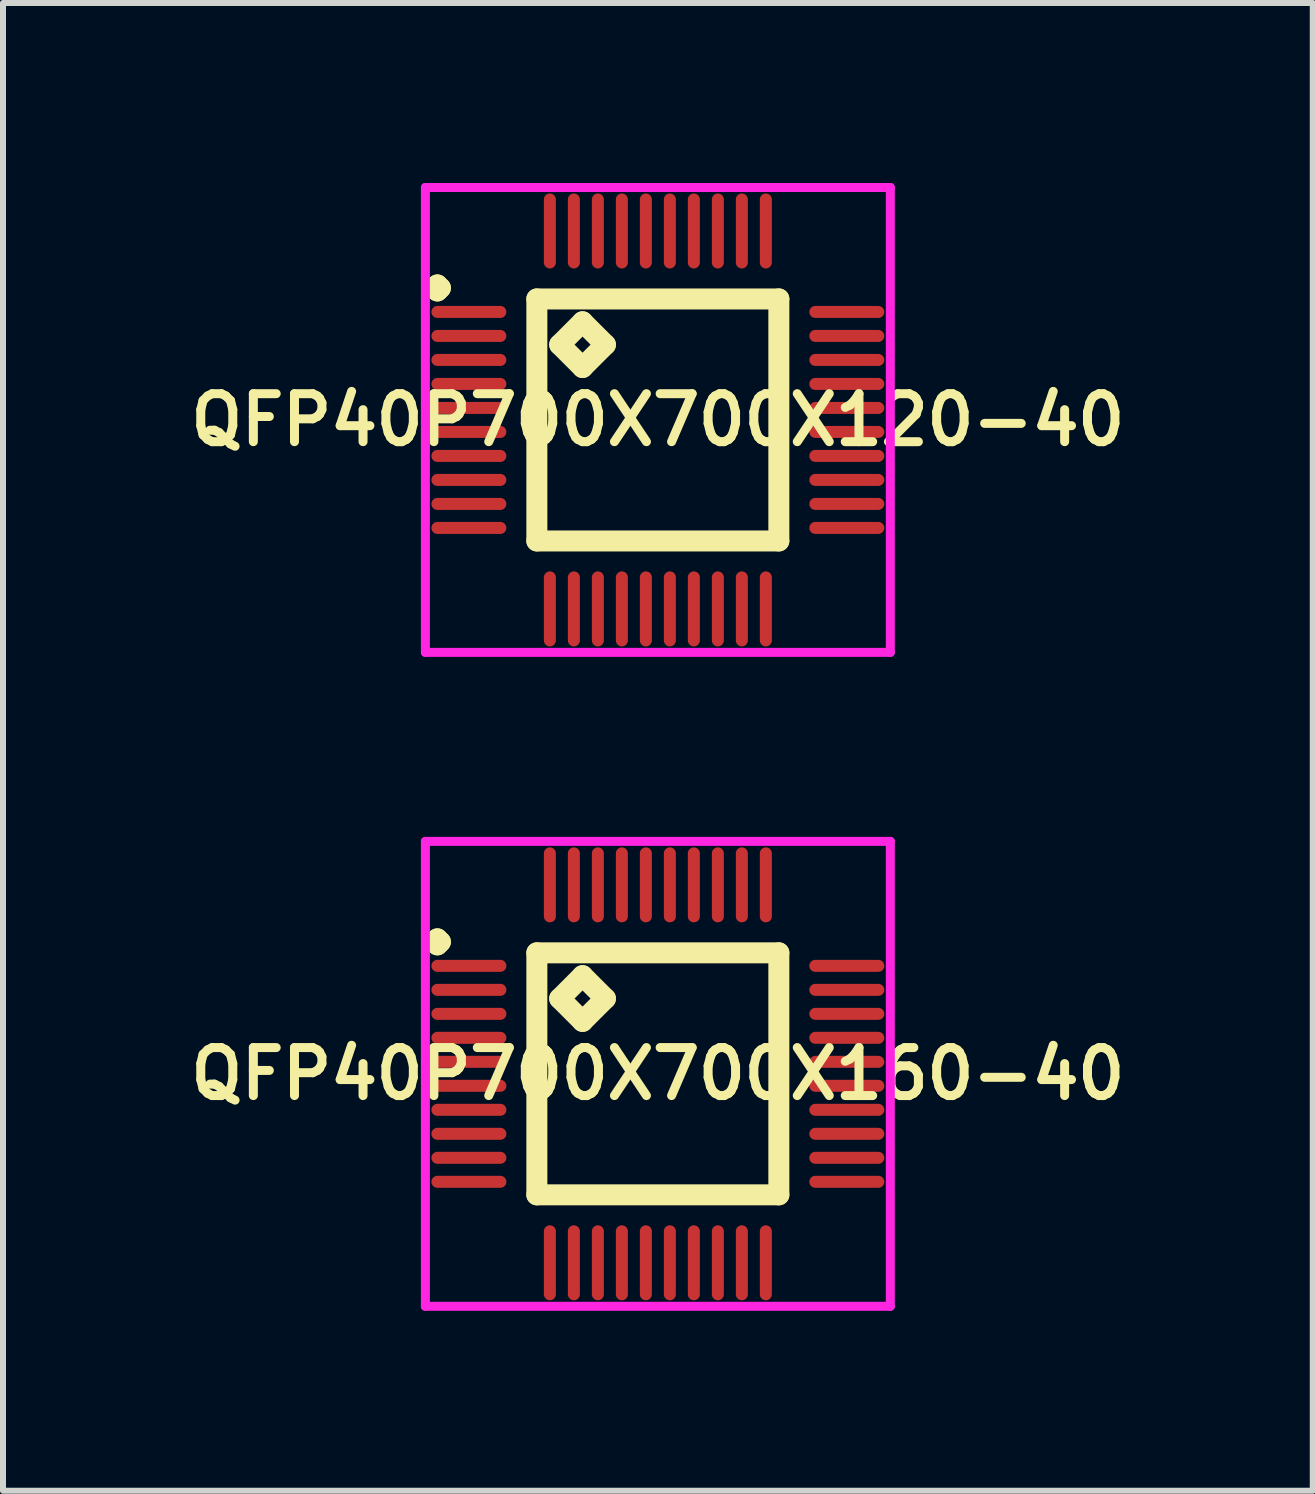
<source format=kicad_pcb>
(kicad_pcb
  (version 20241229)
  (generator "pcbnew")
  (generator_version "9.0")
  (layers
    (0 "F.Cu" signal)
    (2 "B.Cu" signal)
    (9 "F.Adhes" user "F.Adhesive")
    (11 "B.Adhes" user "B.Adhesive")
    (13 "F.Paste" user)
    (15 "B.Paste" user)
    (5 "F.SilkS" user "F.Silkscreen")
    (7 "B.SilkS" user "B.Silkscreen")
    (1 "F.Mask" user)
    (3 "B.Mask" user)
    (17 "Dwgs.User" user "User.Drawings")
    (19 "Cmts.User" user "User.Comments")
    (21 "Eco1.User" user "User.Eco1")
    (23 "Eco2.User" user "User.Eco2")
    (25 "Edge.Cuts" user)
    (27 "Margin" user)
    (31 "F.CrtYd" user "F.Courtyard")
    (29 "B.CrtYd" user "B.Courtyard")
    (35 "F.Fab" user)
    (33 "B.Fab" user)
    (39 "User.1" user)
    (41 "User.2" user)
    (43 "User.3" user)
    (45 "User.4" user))
  (footprint "QFP40P700X700X160-40"
    (layer "F.Cu")
    (at 7.916 14.85)
    (property "Reference" "QFP40P700X700X160-40" (at 0 0 0) (layer "F.SilkS") (effects (font (size 0.8 0.8) (thickness 0.15))))
    (attr smd)
    (fp_line (start -3.725 -2.2) (end -3.675 -2.25) (stroke (width 0.35) (type solid)) (layer "F.SilkS"))
    (fp_line (start -3.675 -2.25) (end -3.625 -2.2) (stroke (width 0.35) (type solid)) (layer "F.SilkS"))
    (fp_line (start -3.675 -2.15) (end -3.725 -2.2) (stroke (width 0.35) (type solid)) (layer "F.SilkS"))
    (fp_line (start -3.625 -2.2) (end -3.675 -2.15) (stroke (width 0.35) (type solid)) (layer "F.SilkS"))
    (fp_line (start -2.017 -2.017) (end -2.017 2.017) (stroke (width 0.35) (type solid)) (layer "F.SilkS"))
    (fp_line (start -2.017 2.017) (end 2.017 2.017) (stroke (width 0.35) (type solid)) (layer "F.SilkS"))
    (fp_line (start -1.636 -1.255) (end -1.255 -1.636) (stroke (width 0.35) (type solid)) (layer "F.SilkS"))
    (fp_line (start -1.255 -1.636) (end -0.874 -1.255) (stroke (width 0.35) (type solid)) (layer "F.SilkS"))
    (fp_line (start -1.255 -0.874) (end -1.636 -1.255) (stroke (width 0.35) (type solid)) (layer "F.SilkS"))
    (fp_line (start -0.874 -1.255) (end -1.255 -0.874) (stroke (width 0.35) (type solid)) (layer "F.SilkS"))
    (fp_line (start 2.017 -2.017) (end -2.017 -2.017) (stroke (width 0.35) (type solid)) (layer "F.SilkS"))
    (fp_line (start 2.017 2.017) (end 2.017 -2.017) (stroke (width 0.35) (type solid)) (layer "F.SilkS"))
    (fp_line (start -3.875 -3.875) (end 3.875 -3.875) (stroke (width 0.15) (type solid)) (layer "F.CrtYd"))
    (fp_line (start -3.875 3.875) (end -3.875 -3.875) (stroke (width 0.15) (type solid)) (layer "F.CrtYd"))
    (fp_line (start 3.875 -3.875) (end 3.875 3.875) (stroke (width 0.15) (type solid)) (layer "F.CrtYd"))
    (fp_line (start 3.875 3.875) (end -3.875 3.875) (stroke (width 0.15) (type solid)) (layer "F.CrtYd"))
    (pad "1" smd oval (at -3.15 -1.8) (size 1.25 0.2) (layers "F.Cu" "F.Mask" "F.Paste"))
    (pad "2" smd oval (at -3.15 -1.4) (size 1.25 0.2) (layers "F.Cu" "F.Mask" "F.Paste"))
    (pad "3" smd oval (at -3.15 -1) (size 1.25 0.2) (layers "F.Cu" "F.Mask" "F.Paste"))
    (pad "4" smd oval (at -3.15 -0.6) (size 1.25 0.2) (layers "F.Cu" "F.Mask" "F.Paste"))
    (pad "5" smd oval (at -3.15 -0.2) (size 1.25 0.2) (layers "F.Cu" "F.Mask" "F.Paste"))
    (pad "6" smd oval (at -3.15 0.2) (size 1.25 0.2) (layers "F.Cu" "F.Mask" "F.Paste"))
    (pad "7" smd oval (at -3.15 0.6) (size 1.25 0.2) (layers "F.Cu" "F.Mask" "F.Paste"))
    (pad "8" smd oval (at -3.15 1) (size 1.25 0.2) (layers "F.Cu" "F.Mask" "F.Paste"))
    (pad "9" smd oval (at -3.15 1.4) (size 1.25 0.2) (layers "F.Cu" "F.Mask" "F.Paste"))
    (pad "10" smd oval (at -3.15 1.8) (size 1.25 0.2) (layers "F.Cu" "F.Mask" "F.Paste"))
    (pad "11" smd oval (at -1.8 3.15) (size 0.2 1.25) (layers "F.Cu" "F.Mask" "F.Paste"))
    (pad "12" smd oval (at -1.4 3.15) (size 0.2 1.25) (layers "F.Cu" "F.Mask" "F.Paste"))
    (pad "13" smd oval (at -1 3.15) (size 0.2 1.25) (layers "F.Cu" "F.Mask" "F.Paste"))
    (pad "14" smd oval (at -0.6 3.15) (size 0.2 1.25) (layers "F.Cu" "F.Mask" "F.Paste"))
    (pad "15" smd oval (at -0.2 3.15) (size 0.2 1.25) (layers "F.Cu" "F.Mask" "F.Paste"))
    (pad "16" smd oval (at 0.2 3.15) (size 0.2 1.25) (layers "F.Cu" "F.Mask" "F.Paste"))
    (pad "17" smd oval (at 0.6 3.15) (size 0.2 1.25) (layers "F.Cu" "F.Mask" "F.Paste"))
    (pad "18" smd oval (at 1 3.15) (size 0.2 1.25) (layers "F.Cu" "F.Mask" "F.Paste"))
    (pad "19" smd oval (at 1.4 3.15) (size 0.2 1.25) (layers "F.Cu" "F.Mask" "F.Paste"))
    (pad "20" smd oval (at 1.8 3.15) (size 0.2 1.25) (layers "F.Cu" "F.Mask" "F.Paste"))
    (pad "21" smd oval (at 3.15 1.8) (size 1.25 0.2) (layers "F.Cu" "F.Mask" "F.Paste"))
    (pad "22" smd oval (at 3.15 1.4) (size 1.25 0.2) (layers "F.Cu" "F.Mask" "F.Paste"))
    (pad "23" smd oval (at 3.15 1) (size 1.25 0.2) (layers "F.Cu" "F.Mask" "F.Paste"))
    (pad "24" smd oval (at 3.15 0.6) (size 1.25 0.2) (layers "F.Cu" "F.Mask" "F.Paste"))
    (pad "25" smd oval (at 3.15 0.2) (size 1.25 0.2) (layers "F.Cu" "F.Mask" "F.Paste"))
    (pad "26" smd oval (at 3.15 -0.2) (size 1.25 0.2) (layers "F.Cu" "F.Mask" "F.Paste"))
    (pad "27" smd oval (at 3.15 -0.6) (size 1.25 0.2) (layers "F.Cu" "F.Mask" "F.Paste"))
    (pad "28" smd oval (at 3.15 -1) (size 1.25 0.2) (layers "F.Cu" "F.Mask" "F.Paste"))
    (pad "29" smd oval (at 3.15 -1.4) (size 1.25 0.2) (layers "F.Cu" "F.Mask" "F.Paste"))
    (pad "30" smd oval (at 3.15 -1.8) (size 1.25 0.2) (layers "F.Cu" "F.Mask" "F.Paste"))
    (pad "31" smd oval (at 1.8 -3.15) (size 0.2 1.25) (layers "F.Cu" "F.Mask" "F.Paste"))
    (pad "32" smd oval (at 1.4 -3.15) (size 0.2 1.25) (layers "F.Cu" "F.Mask" "F.Paste"))
    (pad "33" smd oval (at 1 -3.15) (size 0.2 1.25) (layers "F.Cu" "F.Mask" "F.Paste"))
    (pad "34" smd oval (at 0.6 -3.15) (size 0.2 1.25) (layers "F.Cu" "F.Mask" "F.Paste"))
    (pad "35" smd oval (at 0.2 -3.15) (size 0.2 1.25) (layers "F.Cu" "F.Mask" "F.Paste"))
    (pad "36" smd oval (at -0.2 -3.15) (size 0.2 1.25) (layers "F.Cu" "F.Mask" "F.Paste"))
    (pad "37" smd oval (at -0.6 -3.15) (size 0.2 1.25) (layers "F.Cu" "F.Mask" "F.Paste"))
    (pad "38" smd oval (at -1 -3.15) (size 0.2 1.25) (layers "F.Cu" "F.Mask" "F.Paste"))
    (pad "39" smd oval (at -1.4 -3.15) (size 0.2 1.25) (layers "F.Cu" "F.Mask" "F.Paste"))
    (pad "40" smd oval (at -1.8 -3.15) (size 0.2 1.25) (layers "F.Cu" "F.Mask" "F.Paste")))
  (footprint "QFP40P700X700X120-40"
    (layer "F.Cu")
    (at 7.916 3.95)
    (property "Reference" "QFP40P700X700X120-40" (at 0 0 0) (layer "F.SilkS") (effects (font (size 0.8 0.8) (thickness 0.15))))
    (attr smd)
    (fp_line (start -3.725 -2.2) (end -3.675 -2.25) (stroke (width 0.35) (type solid)) (layer "F.SilkS"))
    (fp_line (start -3.675 -2.25) (end -3.625 -2.2) (stroke (width 0.35) (type solid)) (layer "F.SilkS"))
    (fp_line (start -3.675 -2.15) (end -3.725 -2.2) (stroke (width 0.35) (type solid)) (layer "F.SilkS"))
    (fp_line (start -3.625 -2.2) (end -3.675 -2.15) (stroke (width 0.35) (type solid)) (layer "F.SilkS"))
    (fp_line (start -2.017 -2.017) (end -2.017 2.017) (stroke (width 0.35) (type solid)) (layer "F.SilkS"))
    (fp_line (start -2.017 2.017) (end 2.017 2.017) (stroke (width 0.35) (type solid)) (layer "F.SilkS"))
    (fp_line (start -1.636 -1.255) (end -1.255 -1.636) (stroke (width 0.35) (type solid)) (layer "F.SilkS"))
    (fp_line (start -1.255 -1.636) (end -0.874 -1.255) (stroke (width 0.35) (type solid)) (layer "F.SilkS"))
    (fp_line (start -1.255 -0.874) (end -1.636 -1.255) (stroke (width 0.35) (type solid)) (layer "F.SilkS"))
    (fp_line (start -0.874 -1.255) (end -1.255 -0.874) (stroke (width 0.35) (type solid)) (layer "F.SilkS"))
    (fp_line (start 2.017 -2.017) (end -2.017 -2.017) (stroke (width 0.35) (type solid)) (layer "F.SilkS"))
    (fp_line (start 2.017 2.017) (end 2.017 -2.017) (stroke (width 0.35) (type solid)) (layer "F.SilkS"))
    (fp_line (start -3.875 -3.875) (end 3.875 -3.875) (stroke (width 0.15) (type solid)) (layer "F.CrtYd"))
    (fp_line (start -3.875 3.875) (end -3.875 -3.875) (stroke (width 0.15) (type solid)) (layer "F.CrtYd"))
    (fp_line (start 3.875 -3.875) (end 3.875 3.875) (stroke (width 0.15) (type solid)) (layer "F.CrtYd"))
    (fp_line (start 3.875 3.875) (end -3.875 3.875) (stroke (width 0.15) (type solid)) (layer "F.CrtYd"))
    (pad "1" smd oval (at -3.15 -1.8) (size 1.25 0.2) (layers "F.Cu" "F.Mask" "F.Paste"))
    (pad "2" smd oval (at -3.15 -1.4) (size 1.25 0.2) (layers "F.Cu" "F.Mask" "F.Paste"))
    (pad "3" smd oval (at -3.15 -1) (size 1.25 0.2) (layers "F.Cu" "F.Mask" "F.Paste"))
    (pad "4" smd oval (at -3.15 -0.6) (size 1.25 0.2) (layers "F.Cu" "F.Mask" "F.Paste"))
    (pad "5" smd oval (at -3.15 -0.2) (size 1.25 0.2) (layers "F.Cu" "F.Mask" "F.Paste"))
    (pad "6" smd oval (at -3.15 0.2) (size 1.25 0.2) (layers "F.Cu" "F.Mask" "F.Paste"))
    (pad "7" smd oval (at -3.15 0.6) (size 1.25 0.2) (layers "F.Cu" "F.Mask" "F.Paste"))
    (pad "8" smd oval (at -3.15 1) (size 1.25 0.2) (layers "F.Cu" "F.Mask" "F.Paste"))
    (pad "9" smd oval (at -3.15 1.4) (size 1.25 0.2) (layers "F.Cu" "F.Mask" "F.Paste"))
    (pad "10" smd oval (at -3.15 1.8) (size 1.25 0.2) (layers "F.Cu" "F.Mask" "F.Paste"))
    (pad "11" smd oval (at -1.8 3.15) (size 0.2 1.25) (layers "F.Cu" "F.Mask" "F.Paste"))
    (pad "12" smd oval (at -1.4 3.15) (size 0.2 1.25) (layers "F.Cu" "F.Mask" "F.Paste"))
    (pad "13" smd oval (at -1 3.15) (size 0.2 1.25) (layers "F.Cu" "F.Mask" "F.Paste"))
    (pad "14" smd oval (at -0.6 3.15) (size 0.2 1.25) (layers "F.Cu" "F.Mask" "F.Paste"))
    (pad "15" smd oval (at -0.2 3.15) (size 0.2 1.25) (layers "F.Cu" "F.Mask" "F.Paste"))
    (pad "16" smd oval (at 0.2 3.15) (size 0.2 1.25) (layers "F.Cu" "F.Mask" "F.Paste"))
    (pad "17" smd oval (at 0.6 3.15) (size 0.2 1.25) (layers "F.Cu" "F.Mask" "F.Paste"))
    (pad "18" smd oval (at 1 3.15) (size 0.2 1.25) (layers "F.Cu" "F.Mask" "F.Paste"))
    (pad "19" smd oval (at 1.4 3.15) (size 0.2 1.25) (layers "F.Cu" "F.Mask" "F.Paste"))
    (pad "20" smd oval (at 1.8 3.15) (size 0.2 1.25) (layers "F.Cu" "F.Mask" "F.Paste"))
    (pad "21" smd oval (at 3.15 1.8) (size 1.25 0.2) (layers "F.Cu" "F.Mask" "F.Paste"))
    (pad "22" smd oval (at 3.15 1.4) (size 1.25 0.2) (layers "F.Cu" "F.Mask" "F.Paste"))
    (pad "23" smd oval (at 3.15 1) (size 1.25 0.2) (layers "F.Cu" "F.Mask" "F.Paste"))
    (pad "24" smd oval (at 3.15 0.6) (size 1.25 0.2) (layers "F.Cu" "F.Mask" "F.Paste"))
    (pad "25" smd oval (at 3.15 0.2) (size 1.25 0.2) (layers "F.Cu" "F.Mask" "F.Paste"))
    (pad "26" smd oval (at 3.15 -0.2) (size 1.25 0.2) (layers "F.Cu" "F.Mask" "F.Paste"))
    (pad "27" smd oval (at 3.15 -0.6) (size 1.25 0.2) (layers "F.Cu" "F.Mask" "F.Paste"))
    (pad "28" smd oval (at 3.15 -1) (size 1.25 0.2) (layers "F.Cu" "F.Mask" "F.Paste"))
    (pad "29" smd oval (at 3.15 -1.4) (size 1.25 0.2) (layers "F.Cu" "F.Mask" "F.Paste"))
    (pad "30" smd oval (at 3.15 -1.8) (size 1.25 0.2) (layers "F.Cu" "F.Mask" "F.Paste"))
    (pad "31" smd oval (at 1.8 -3.15) (size 0.2 1.25) (layers "F.Cu" "F.Mask" "F.Paste"))
    (pad "32" smd oval (at 1.4 -3.15) (size 0.2 1.25) (layers "F.Cu" "F.Mask" "F.Paste"))
    (pad "33" smd oval (at 1 -3.15) (size 0.2 1.25) (layers "F.Cu" "F.Mask" "F.Paste"))
    (pad "34" smd oval (at 0.6 -3.15) (size 0.2 1.25) (layers "F.Cu" "F.Mask" "F.Paste"))
    (pad "35" smd oval (at 0.2 -3.15) (size 0.2 1.25) (layers "F.Cu" "F.Mask" "F.Paste"))
    (pad "36" smd oval (at -0.2 -3.15) (size 0.2 1.25) (layers "F.Cu" "F.Mask" "F.Paste"))
    (pad "37" smd oval (at -0.6 -3.15) (size 0.2 1.25) (layers "F.Cu" "F.Mask" "F.Paste"))
    (pad "38" smd oval (at -1 -3.15) (size 0.2 1.25) (layers "F.Cu" "F.Mask" "F.Paste"))
    (pad "39" smd oval (at -1.4 -3.15) (size 0.2 1.25) (layers "F.Cu" "F.Mask" "F.Paste"))
    (pad "40" smd oval (at -1.8 -3.15) (size 0.2 1.25) (layers "F.Cu" "F.Mask" "F.Paste")))
  (gr_rect
    (start -3 -3)
    (end 18.833 21.8)
    (stroke (width 0.1) (type default))
    (fill no)
    (layer "Edge.Cuts")))
</source>
